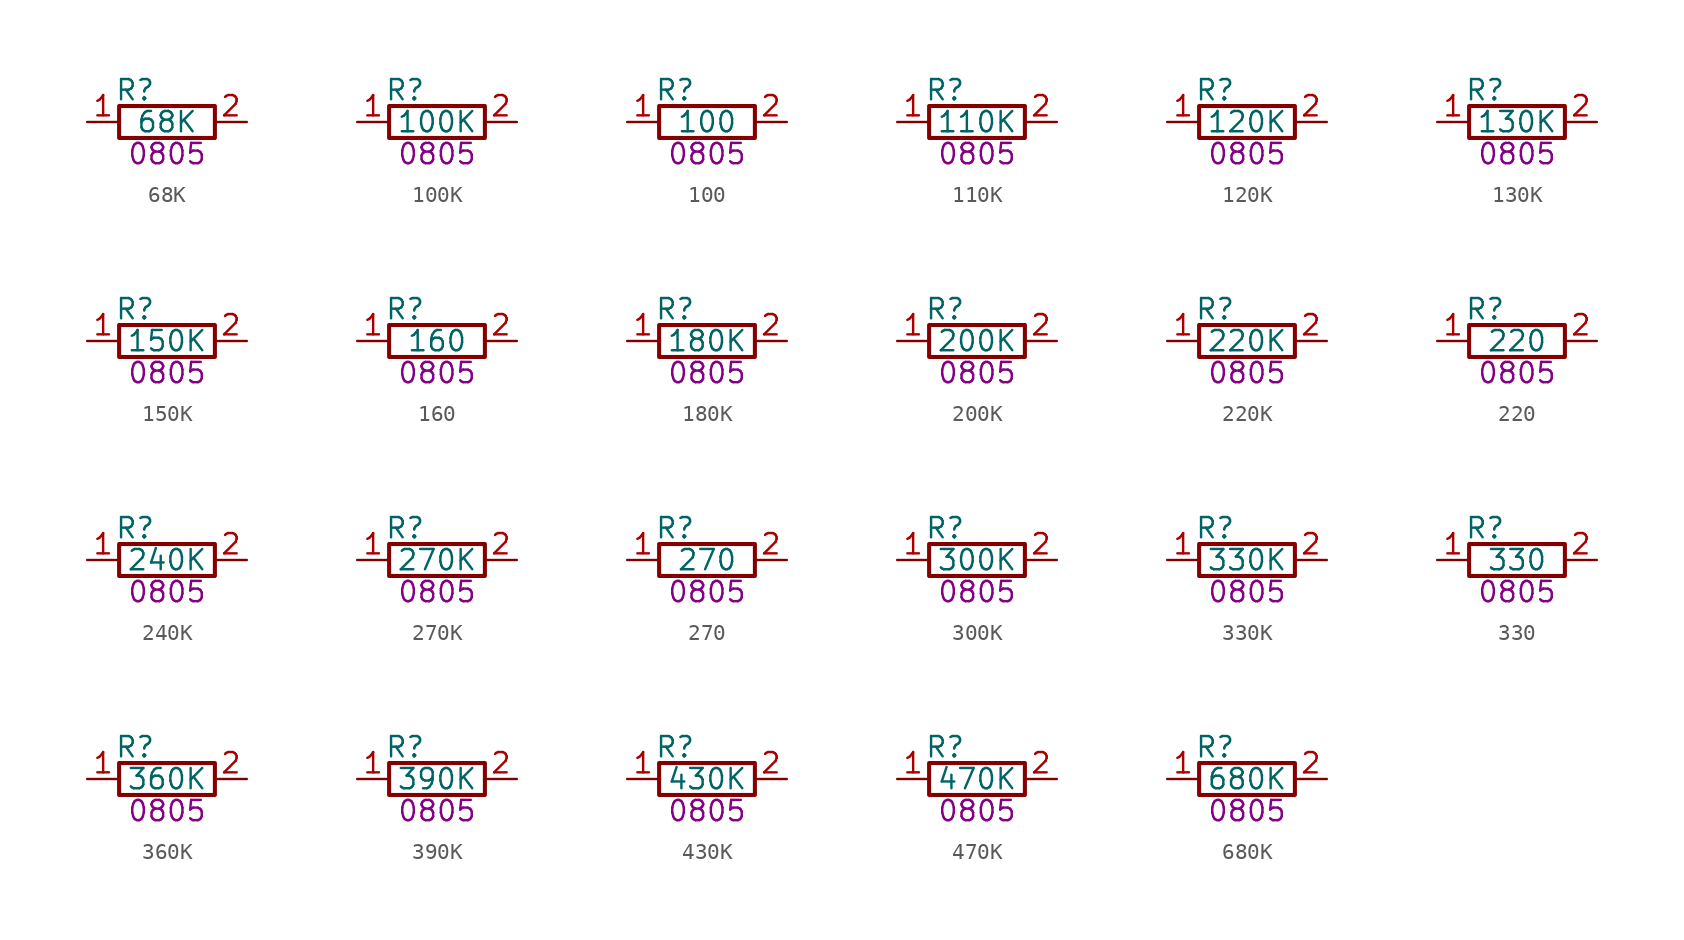
<source format=kicad_sym>
(kicad_symbol_lib
  (version 20211014)
  (generator kicad_symbol_editor)
  (symbol "68K"
    (property "Reference" "R"
      (at -2 1 0)
      (effects (font (size 1.27 1.27))))
    (property "Value" "68K"
      (at 0 -1 0)
      (effects (font (size 1.27 1.27))))
    (property "Size" "0805"
      (at 0 -3 0)
      (effects (font (size 1.27 1.27))))
    (symbol "68K_0_1"
      (rectangle (start -3 0) (end 3 -2) (stroke (width 0.254) (type default) (color 0 0 0 0)) (fill (type none))))
    (symbol "68K_1_1"
      (pin passive line (at -5 -1 0) (length 2) (name "~" (effects (font (size 1.27 1.27)))) (number "1" (effects (font (size 1.27 1.27)))))
      (pin passive line (at 5 -1 180) (length 2) (name "~" (effects (font (size 1.27 1.27)))) (number "2" (effects (font (size 1.27 1.27)))))))
  (symbol "100K"
    (property "Reference" "R"
      (at -2 1 0)
      (effects (font (size 1.27 1.27))))
    (property "Value" "100K"
      (at 0 -1 0)
      (effects (font (size 1.27 1.27))))
    (property "Size" "0805"
      (at 0 -3 0)
      (effects (font (size 1.27 1.27))))
    (symbol "100K_0_1"
      (rectangle (start -3 0) (end 3 -2) (stroke (width 0.254) (type default) (color 0 0 0 0)) (fill (type none))))
    (symbol "100K_1_1"
      (pin passive line (at -5 -1 0) (length 2) (name "~" (effects (font (size 1.27 1.27)))) (number "1" (effects (font (size 1.27 1.27)))))
      (pin passive line (at 5 -1 180) (length 2) (name "~" (effects (font (size 1.27 1.27)))) (number "2" (effects (font (size 1.27 1.27)))))))
  (symbol "100"
    (property "Reference" "R"
      (at -2 1 0)
      (effects (font (size 1.27 1.27))))
    (property "Value" "100"
      (at 0 -1 0)
      (effects (font (size 1.27 1.27))))
    (property "Size" "0805"
      (at 0 -3 0)
      (effects (font (size 1.27 1.27))))
    (symbol "100_0_1"
      (rectangle (start -3 0) (end 3 -2) (stroke (width 0.254) (type default) (color 0 0 0 0)) (fill (type none))))
    (symbol "100_1_1"
      (pin passive line (at -5 -1 0) (length 2) (name "~" (effects (font (size 1.27 1.27)))) (number "1" (effects (font (size 1.27 1.27)))))
      (pin passive line (at 5 -1 180) (length 2) (name "~" (effects (font (size 1.27 1.27)))) (number "2" (effects (font (size 1.27 1.27)))))))
  (symbol "110K"
    (property "Reference" "R"
      (at -2 1 0)
      (effects (font (size 1.27 1.27))))
    (property "Value" "110K"
      (at 0 -1 0)
      (effects (font (size 1.27 1.27))))
    (property "Size" "0805"
      (at 0 -3 0)
      (effects (font (size 1.27 1.27))))
    (symbol "110K_0_1"
      (rectangle (start -3 0) (end 3 -2) (stroke (width 0.254) (type default) (color 0 0 0 0)) (fill (type none))))
    (symbol "110K_1_1"
      (pin passive line (at -5 -1 0) (length 2) (name "~" (effects (font (size 1.27 1.27)))) (number "1" (effects (font (size 1.27 1.27)))))
      (pin passive line (at 5 -1 180) (length 2) (name "~" (effects (font (size 1.27 1.27)))) (number "2" (effects (font (size 1.27 1.27)))))))
  (symbol "120K"
    (property "Reference" "R"
      (at -2 1 0)
      (effects (font (size 1.27 1.27))))
    (property "Value" "120K"
      (at 0 -1 0)
      (effects (font (size 1.27 1.27))))
    (property "Size" "0805"
      (at 0 -3 0)
      (effects (font (size 1.27 1.27))))
    (symbol "120K_0_1"
      (rectangle (start -3 0) (end 3 -2) (stroke (width 0.254) (type default) (color 0 0 0 0)) (fill (type none))))
    (symbol "120K_1_1"
      (pin passive line (at -5 -1 0) (length 2) (name "~" (effects (font (size 1.27 1.27)))) (number "1" (effects (font (size 1.27 1.27)))))
      (pin passive line (at 5 -1 180) (length 2) (name "~" (effects (font (size 1.27 1.27)))) (number "2" (effects (font (size 1.27 1.27)))))))
  (symbol "130K"
    (property "Reference" "R"
      (at -2 1 0)
      (effects (font (size 1.27 1.27))))
    (property "Value" "130K"
      (at 0 -1 0)
      (effects (font (size 1.27 1.27))))
    (property "Size" "0805"
      (at 0 -3 0)
      (effects (font (size 1.27 1.27))))
    (symbol "130K_0_1"
      (rectangle (start -3 0) (end 3 -2) (stroke (width 0.254) (type default) (color 0 0 0 0)) (fill (type none))))
    (symbol "130K_1_1"
      (pin passive line (at -5 -1 0) (length 2) (name "~" (effects (font (size 1.27 1.27)))) (number "1" (effects (font (size 1.27 1.27)))))
      (pin passive line (at 5 -1 180) (length 2) (name "~" (effects (font (size 1.27 1.27)))) (number "2" (effects (font (size 1.27 1.27)))))))
  (symbol "150K"
    (property "Reference" "R"
      (at -2 1 0)
      (effects (font (size 1.27 1.27))))
    (property "Value" "150K"
      (at 0 -1 0)
      (effects (font (size 1.27 1.27))))
    (property "Size" "0805"
      (at 0 -3 0)
      (effects (font (size 1.27 1.27))))
    (symbol "150K_0_1"
      (rectangle (start -3 0) (end 3 -2) (stroke (width 0.254) (type default) (color 0 0 0 0)) (fill (type none))))
    (symbol "150K_1_1"
      (pin passive line (at -5 -1 0) (length 2) (name "~" (effects (font (size 1.27 1.27)))) (number "1" (effects (font (size 1.27 1.27)))))
      (pin passive line (at 5 -1 180) (length 2) (name "~" (effects (font (size 1.27 1.27)))) (number "2" (effects (font (size 1.27 1.27)))))))
  (symbol "160"
    (property "Reference" "R"
      (at -2 1 0)
      (effects (font (size 1.27 1.27))))
    (property "Value" "160"
      (at 0 -1 0)
      (effects (font (size 1.27 1.27))))
    (property "Size" "0805"
      (at 0 -3 0)
      (effects (font (size 1.27 1.27))))
    (symbol "160_0_1"
      (rectangle (start -3 0) (end 3 -2) (stroke (width 0.254) (type default) (color 0 0 0 0)) (fill (type none))))
    (symbol "160_1_1"
      (pin passive line (at -5 -1 0) (length 2) (name "~" (effects (font (size 1.27 1.27)))) (number "1" (effects (font (size 1.27 1.27)))))
      (pin passive line (at 5 -1 180) (length 2) (name "~" (effects (font (size 1.27 1.27)))) (number "2" (effects (font (size 1.27 1.27)))))))
  (symbol "180K"
    (property "Reference" "R"
      (at -2 1 0)
      (effects (font (size 1.27 1.27))))
    (property "Value" "180K"
      (at 0 -1 0)
      (effects (font (size 1.27 1.27))))
    (property "Size" "0805"
      (at 0 -3 0)
      (effects (font (size 1.27 1.27))))
    (symbol "180K_0_1"
      (rectangle (start -3 0) (end 3 -2) (stroke (width 0.254) (type default) (color 0 0 0 0)) (fill (type none))))
    (symbol "180K_1_1"
      (pin passive line (at -5 -1 0) (length 2) (name "~" (effects (font (size 1.27 1.27)))) (number "1" (effects (font (size 1.27 1.27)))))
      (pin passive line (at 5 -1 180) (length 2) (name "~" (effects (font (size 1.27 1.27)))) (number "2" (effects (font (size 1.27 1.27)))))))
  (symbol "200K"
    (property "Reference" "R"
      (at -2 1 0)
      (effects (font (size 1.27 1.27))))
    (property "Value" "200K"
      (at 0 -1 0)
      (effects (font (size 1.27 1.27))))
    (property "Size" "0805"
      (at 0 -3 0)
      (effects (font (size 1.27 1.27))))
    (symbol "200K_0_1"
      (rectangle (start -3 0) (end 3 -2) (stroke (width 0.254) (type default) (color 0 0 0 0)) (fill (type none))))
    (symbol "200K_1_1"
      (pin passive line (at -5 -1 0) (length 2) (name "~" (effects (font (size 1.27 1.27)))) (number "1" (effects (font (size 1.27 1.27)))))
      (pin passive line (at 5 -1 180) (length 2) (name "~" (effects (font (size 1.27 1.27)))) (number "2" (effects (font (size 1.27 1.27)))))))
  (symbol "220K"
    (property "Reference" "R"
      (at -2 1 0)
      (effects (font (size 1.27 1.27))))
    (property "Value" "220K"
      (at 0 -1 0)
      (effects (font (size 1.27 1.27))))
    (property "Size" "0805"
      (at 0 -3 0)
      (effects (font (size 1.27 1.27))))
    (symbol "220K_0_1"
      (rectangle (start -3 0) (end 3 -2) (stroke (width 0.254) (type default) (color 0 0 0 0)) (fill (type none))))
    (symbol "220K_1_1"
      (pin passive line (at -5 -1 0) (length 2) (name "~" (effects (font (size 1.27 1.27)))) (number "1" (effects (font (size 1.27 1.27)))))
      (pin passive line (at 5 -1 180) (length 2) (name "~" (effects (font (size 1.27 1.27)))) (number "2" (effects (font (size 1.27 1.27)))))))
  (symbol "220"
    (property "Reference" "R"
      (at -2 1 0)
      (effects (font (size 1.27 1.27))))
    (property "Value" "220"
      (at 0 -1 0)
      (effects (font (size 1.27 1.27))))
    (property "Size" "0805"
      (at 0 -3 0)
      (effects (font (size 1.27 1.27))))
    (symbol "220_0_1"
      (rectangle (start -3 0) (end 3 -2) (stroke (width 0.254) (type default) (color 0 0 0 0)) (fill (type none))))
    (symbol "220_1_1"
      (pin passive line (at -5 -1 0) (length 2) (name "~" (effects (font (size 1.27 1.27)))) (number "1" (effects (font (size 1.27 1.27)))))
      (pin passive line (at 5 -1 180) (length 2) (name "~" (effects (font (size 1.27 1.27)))) (number "2" (effects (font (size 1.27 1.27)))))))
  (symbol "240K"
    (property "Reference" "R"
      (at -2 1 0)
      (effects (font (size 1.27 1.27))))
    (property "Value" "240K"
      (at 0 -1 0)
      (effects (font (size 1.27 1.27))))
    (property "Size" "0805"
      (at 0 -3 0)
      (effects (font (size 1.27 1.27))))
    (symbol "240K_0_1"
      (rectangle (start -3 0) (end 3 -2) (stroke (width 0.254) (type default) (color 0 0 0 0)) (fill (type none))))
    (symbol "240K_1_1"
      (pin passive line (at -5 -1 0) (length 2) (name "~" (effects (font (size 1.27 1.27)))) (number "1" (effects (font (size 1.27 1.27)))))
      (pin passive line (at 5 -1 180) (length 2) (name "~" (effects (font (size 1.27 1.27)))) (number "2" (effects (font (size 1.27 1.27)))))))
  (symbol "270K"
    (property "Reference" "R"
      (at -2 1 0)
      (effects (font (size 1.27 1.27))))
    (property "Value" "270K"
      (at 0 -1 0)
      (effects (font (size 1.27 1.27))))
    (property "Size" "0805"
      (at 0 -3 0)
      (effects (font (size 1.27 1.27))))
    (symbol "270K_0_1"
      (rectangle (start -3 0) (end 3 -2) (stroke (width 0.254) (type default) (color 0 0 0 0)) (fill (type none))))
    (symbol "270K_1_1"
      (pin passive line (at -5 -1 0) (length 2) (name "~" (effects (font (size 1.27 1.27)))) (number "1" (effects (font (size 1.27 1.27)))))
      (pin passive line (at 5 -1 180) (length 2) (name "~" (effects (font (size 1.27 1.27)))) (number "2" (effects (font (size 1.27 1.27)))))))
  (symbol "270"
    (property "Reference" "R"
      (at -2 1 0)
      (effects (font (size 1.27 1.27))))
    (property "Value" "270"
      (at 0 -1 0)
      (effects (font (size 1.27 1.27))))
    (property "Size" "0805"
      (at 0 -3 0)
      (effects (font (size 1.27 1.27))))
    (symbol "270_0_1"
      (rectangle (start -3 0) (end 3 -2) (stroke (width 0.254) (type default) (color 0 0 0 0)) (fill (type none))))
    (symbol "270_1_1"
      (pin passive line (at -5 -1 0) (length 2) (name "~" (effects (font (size 1.27 1.27)))) (number "1" (effects (font (size 1.27 1.27)))))
      (pin passive line (at 5 -1 180) (length 2) (name "~" (effects (font (size 1.27 1.27)))) (number "2" (effects (font (size 1.27 1.27)))))))
  (symbol "300K"
    (property "Reference" "R"
      (at -2 1 0)
      (effects (font (size 1.27 1.27))))
    (property "Value" "300K"
      (at 0 -1 0)
      (effects (font (size 1.27 1.27))))
    (property "Size" "0805"
      (at 0 -3 0)
      (effects (font (size 1.27 1.27))))
    (symbol "300K_0_1"
      (rectangle (start -3 0) (end 3 -2) (stroke (width 0.254) (type default) (color 0 0 0 0)) (fill (type none))))
    (symbol "300K_1_1"
      (pin passive line (at -5 -1 0) (length 2) (name "~" (effects (font (size 1.27 1.27)))) (number "1" (effects (font (size 1.27 1.27)))))
      (pin passive line (at 5 -1 180) (length 2) (name "~" (effects (font (size 1.27 1.27)))) (number "2" (effects (font (size 1.27 1.27)))))))
  (symbol "330K"
    (property "Reference" "R"
      (at -2 1 0)
      (effects (font (size 1.27 1.27))))
    (property "Value" "330K"
      (at 0 -1 0)
      (effects (font (size 1.27 1.27))))
    (property "Size" "0805"
      (at 0 -3 0)
      (effects (font (size 1.27 1.27))))
    (symbol "330K_0_1"
      (rectangle (start -3 0) (end 3 -2) (stroke (width 0.254) (type default) (color 0 0 0 0)) (fill (type none))))
    (symbol "330K_1_1"
      (pin passive line (at -5 -1 0) (length 2) (name "~" (effects (font (size 1.27 1.27)))) (number "1" (effects (font (size 1.27 1.27)))))
      (pin passive line (at 5 -1 180) (length 2) (name "~" (effects (font (size 1.27 1.27)))) (number "2" (effects (font (size 1.27 1.27)))))))
  (symbol "330"
    (property "Reference" "R"
      (at -2 1 0)
      (effects (font (size 1.27 1.27))))
    (property "Value" "330"
      (at 0 -1 0)
      (effects (font (size 1.27 1.27))))
    (property "Size" "0805"
      (at 0 -3 0)
      (effects (font (size 1.27 1.27))))
    (symbol "330_0_1"
      (rectangle (start -3 0) (end 3 -2) (stroke (width 0.254) (type default) (color 0 0 0 0)) (fill (type none))))
    (symbol "330_1_1"
      (pin passive line (at -5 -1 0) (length 2) (name "~" (effects (font (size 1.27 1.27)))) (number "1" (effects (font (size 1.27 1.27)))))
      (pin passive line (at 5 -1 180) (length 2) (name "~" (effects (font (size 1.27 1.27)))) (number "2" (effects (font (size 1.27 1.27)))))))
  (symbol "360K"
    (property "Reference" "R"
      (at -2 1 0)
      (effects (font (size 1.27 1.27))))
    (property "Value" "360K"
      (at 0 -1 0)
      (effects (font (size 1.27 1.27))))
    (property "Size" "0805"
      (at 0 -3 0)
      (effects (font (size 1.27 1.27))))
    (symbol "360K_0_1"
      (rectangle (start -3 0) (end 3 -2) (stroke (width 0.254) (type default) (color 0 0 0 0)) (fill (type none))))
    (symbol "360K_1_1"
      (pin passive line (at -5 -1 0) (length 2) (name "~" (effects (font (size 1.27 1.27)))) (number "1" (effects (font (size 1.27 1.27)))))
      (pin passive line (at 5 -1 180) (length 2) (name "~" (effects (font (size 1.27 1.27)))) (number "2" (effects (font (size 1.27 1.27)))))))
  (symbol "390K"
    (property "Reference" "R"
      (at -2 1 0)
      (effects (font (size 1.27 1.27))))
    (property "Value" "390K"
      (at 0 -1 0)
      (effects (font (size 1.27 1.27))))
    (property "Size" "0805"
      (at 0 -3 0)
      (effects (font (size 1.27 1.27))))
    (symbol "390K_0_1"
      (rectangle (start -3 0) (end 3 -2) (stroke (width 0.254) (type default) (color 0 0 0 0)) (fill (type none))))
    (symbol "390K_1_1"
      (pin passive line (at -5 -1 0) (length 2) (name "~" (effects (font (size 1.27 1.27)))) (number "1" (effects (font (size 1.27 1.27)))))
      (pin passive line (at 5 -1 180) (length 2) (name "~" (effects (font (size 1.27 1.27)))) (number "2" (effects (font (size 1.27 1.27)))))))
  (symbol "430K"
    (property "Reference" "R"
      (at -2 1 0)
      (effects (font (size 1.27 1.27))))
    (property "Value" "430K"
      (at 0 -1 0)
      (effects (font (size 1.27 1.27))))
    (property "Size" "0805"
      (at 0 -3 0)
      (effects (font (size 1.27 1.27))))
    (symbol "430K_0_1"
      (rectangle (start -3 0) (end 3 -2) (stroke (width 0.254) (type default) (color 0 0 0 0)) (fill (type none))))
    (symbol "430K_1_1"
      (pin passive line (at -5 -1 0) (length 2) (name "~" (effects (font (size 1.27 1.27)))) (number "1" (effects (font (size 1.27 1.27)))))
      (pin passive line (at 5 -1 180) (length 2) (name "~" (effects (font (size 1.27 1.27)))) (number "2" (effects (font (size 1.27 1.27)))))))
  (symbol "470K"
    (property "Reference" "R"
      (at -2 1 0)
      (effects (font (size 1.27 1.27))))
    (property "Value" "470K"
      (at 0 -1 0)
      (effects (font (size 1.27 1.27))))
    (property "Size" "0805"
      (at 0 -3 0)
      (effects (font (size 1.27 1.27))))
    (symbol "470K_0_1"
      (rectangle (start -3 0) (end 3 -2) (stroke (width 0.254) (type default) (color 0 0 0 0)) (fill (type none))))
    (symbol "470K_1_1"
      (pin passive line (at -5 -1 0) (length 2) (name "~" (effects (font (size 1.27 1.27)))) (number "1" (effects (font (size 1.27 1.27)))))
      (pin passive line (at 5 -1 180) (length 2) (name "~" (effects (font (size 1.27 1.27)))) (number "2" (effects (font (size 1.27 1.27)))))))
  (symbol "680K"
    (property "Reference" "R"
      (at -2 1 0)
      (effects (font (size 1.27 1.27))))
    (property "Value" "680K"
      (at 0 -1 0)
      (effects (font (size 1.27 1.27))))
    (property "Size" "0805"
      (at 0 -3 0)
      (effects (font (size 1.27 1.27))))
    (symbol "680K_0_1"
      (rectangle (start -3 0) (end 3 -2) (stroke (width 0.254) (type default) (color 0 0 0 0)) (fill (type none))))
    (symbol "680K_1_1"
      (pin passive line (at -5 -1 0) (length 2) (name "~" (effects (font (size 1.27 1.27)))) (number "1" (effects (font (size 1.27 1.27)))))
      (pin passive line (at 5 -1 180) (length 2) (name "~" (effects (font (size 1.27 1.27)))) (number "2" (effects (font (size 1.27 1.27))))))))
</source>
